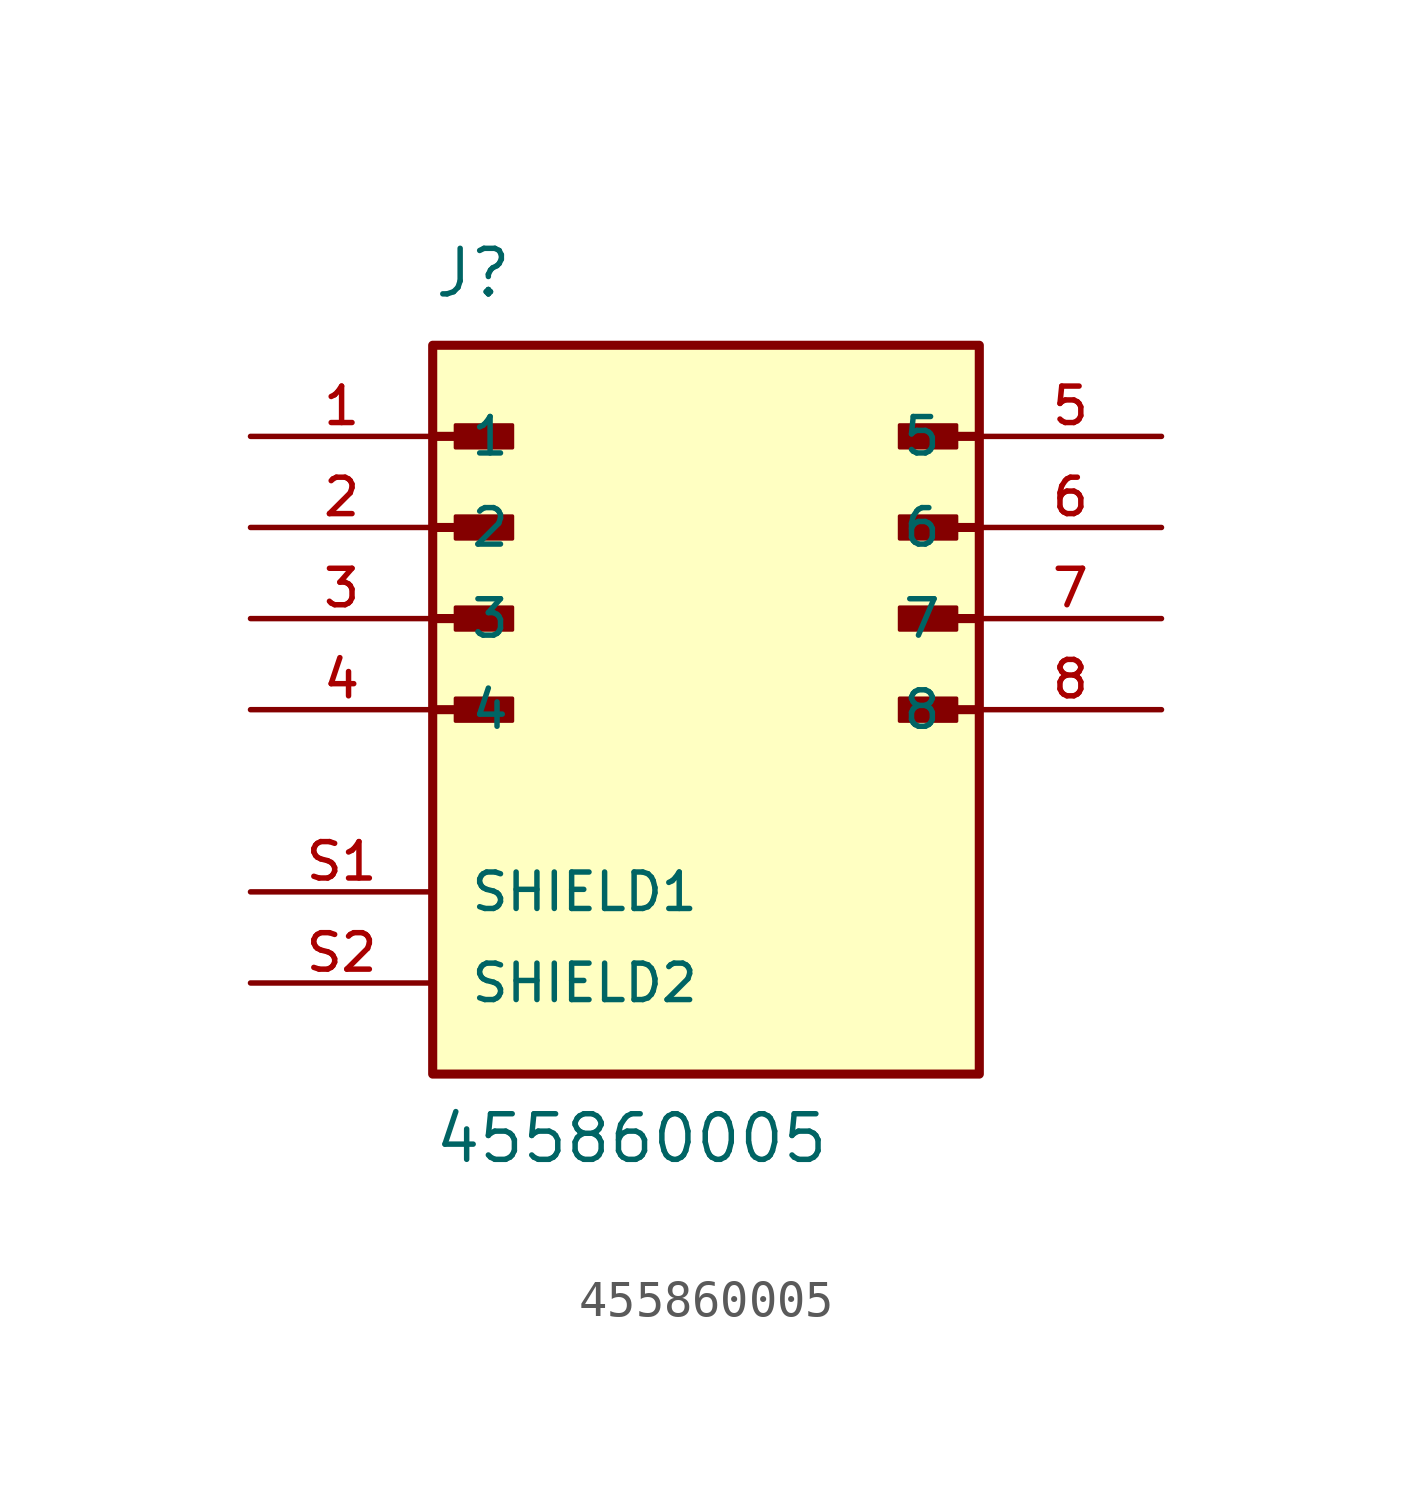
<source format=kicad_sym>
(kicad_symbol_lib
  (version 20211014)
  (generator kicad_symbol_editor)
  (symbol "455860005"
    (pin_names
      (offset 1.016))
    (property "Reference" "J"
      (at -7.62 11.43 0)
      (effects (font (size 1.27 1.27)) (justify bottom left)))
    (property "Value" "455860005"
      (at -7.62 -12.7 0)
      (effects (font (size 1.27 1.27)) (justify bottom left)))
    (symbol "455860005_0_0"
      (polyline (pts (xy -7.62 7.62) (xy -5.715 7.62)) (stroke (width 0.254)))
      (rectangle (start -6.985 7.303) (end -5.397 7.938) (stroke (width 0.1)) (fill (type outline)))
      (polyline (pts (xy -7.62 5.08) (xy -5.715 5.08)) (stroke (width 0.254)))
      (rectangle (start -6.985 4.763) (end -5.397 5.397) (stroke (width 0.1)) (fill (type outline)))
      (polyline (pts (xy -7.62 2.54) (xy -5.715 2.54)) (stroke (width 0.254)))
      (rectangle (start -6.985 2.223) (end -5.397 2.857) (stroke (width 0.1)) (fill (type outline)))
      (polyline (pts (xy -7.62 0.0) (xy -5.715 0.0)) (stroke (width 0.254)))
      (rectangle (start -6.985 -0.318) (end -5.397 0.318) (stroke (width 0.1)) (fill (type outline)))
      (polyline (pts (xy 7.62 7.62) (xy 5.715 7.62)) (stroke (width 0.254)))
      (rectangle (start 5.397 7.303) (end 6.985 7.938) (stroke (width 0.1)) (fill (type outline)))
      (polyline (pts (xy 7.62 5.08) (xy 5.715 5.08)) (stroke (width 0.254)))
      (rectangle (start 5.397 4.763) (end 6.985 5.397) (stroke (width 0.1)) (fill (type outline)))
      (polyline (pts (xy 7.62 2.54) (xy 5.715 2.54)) (stroke (width 0.254)))
      (rectangle (start 5.397 2.223) (end 6.985 2.857) (stroke (width 0.1)) (fill (type outline)))
      (polyline (pts (xy 7.62 0.0) (xy 5.715 0.0)) (stroke (width 0.254)))
      (rectangle (start 5.397 -0.318) (end 6.985 0.318) (stroke (width 0.1)) (fill (type outline)))
      (rectangle (start -7.62 -10.16) (end 7.62 10.16) (stroke (width 0.254)) (fill (type background)))
      (pin passive line (at -12.7 7.62 0) (length 5.08) (name "1" (effects (font (size 1.016 1.016)))) (number "1" (effects (font (size 1.016 1.016)))))
      (pin passive line (at -12.7 5.08 0) (length 5.08) (name "2" (effects (font (size 1.016 1.016)))) (number "2" (effects (font (size 1.016 1.016)))))
      (pin passive line (at -12.7 2.54 0) (length 5.08) (name "3" (effects (font (size 1.016 1.016)))) (number "3" (effects (font (size 1.016 1.016)))))
      (pin passive line (at -12.7 0.0 0) (length 5.08) (name "4" (effects (font (size 1.016 1.016)))) (number "4" (effects (font (size 1.016 1.016)))))
      (pin passive line (at 12.7 7.62 180.0) (length 5.08) (name "5" (effects (font (size 1.016 1.016)))) (number "5" (effects (font (size 1.016 1.016)))))
      (pin passive line (at 12.7 5.08 180.0) (length 5.08) (name "6" (effects (font (size 1.016 1.016)))) (number "6" (effects (font (size 1.016 1.016)))))
      (pin passive line (at 12.7 2.54 180.0) (length 5.08) (name "7" (effects (font (size 1.016 1.016)))) (number "7" (effects (font (size 1.016 1.016)))))
      (pin passive line (at 12.7 0.0 180.0) (length 5.08) (name "8" (effects (font (size 1.016 1.016)))) (number "8" (effects (font (size 1.016 1.016)))))
      (pin passive line (at -12.7 -7.62 0) (length 5.08) (name "SHIELD2" (effects (font (size 1.016 1.016)))) (number "S2" (effects (font (size 1.016 1.016)))))
      (pin passive line (at -12.7 -5.08 0) (length 5.08) (name "SHIELD1" (effects (font (size 1.016 1.016)))) (number "S1" (effects (font (size 1.016 1.016))))))))
</source>
